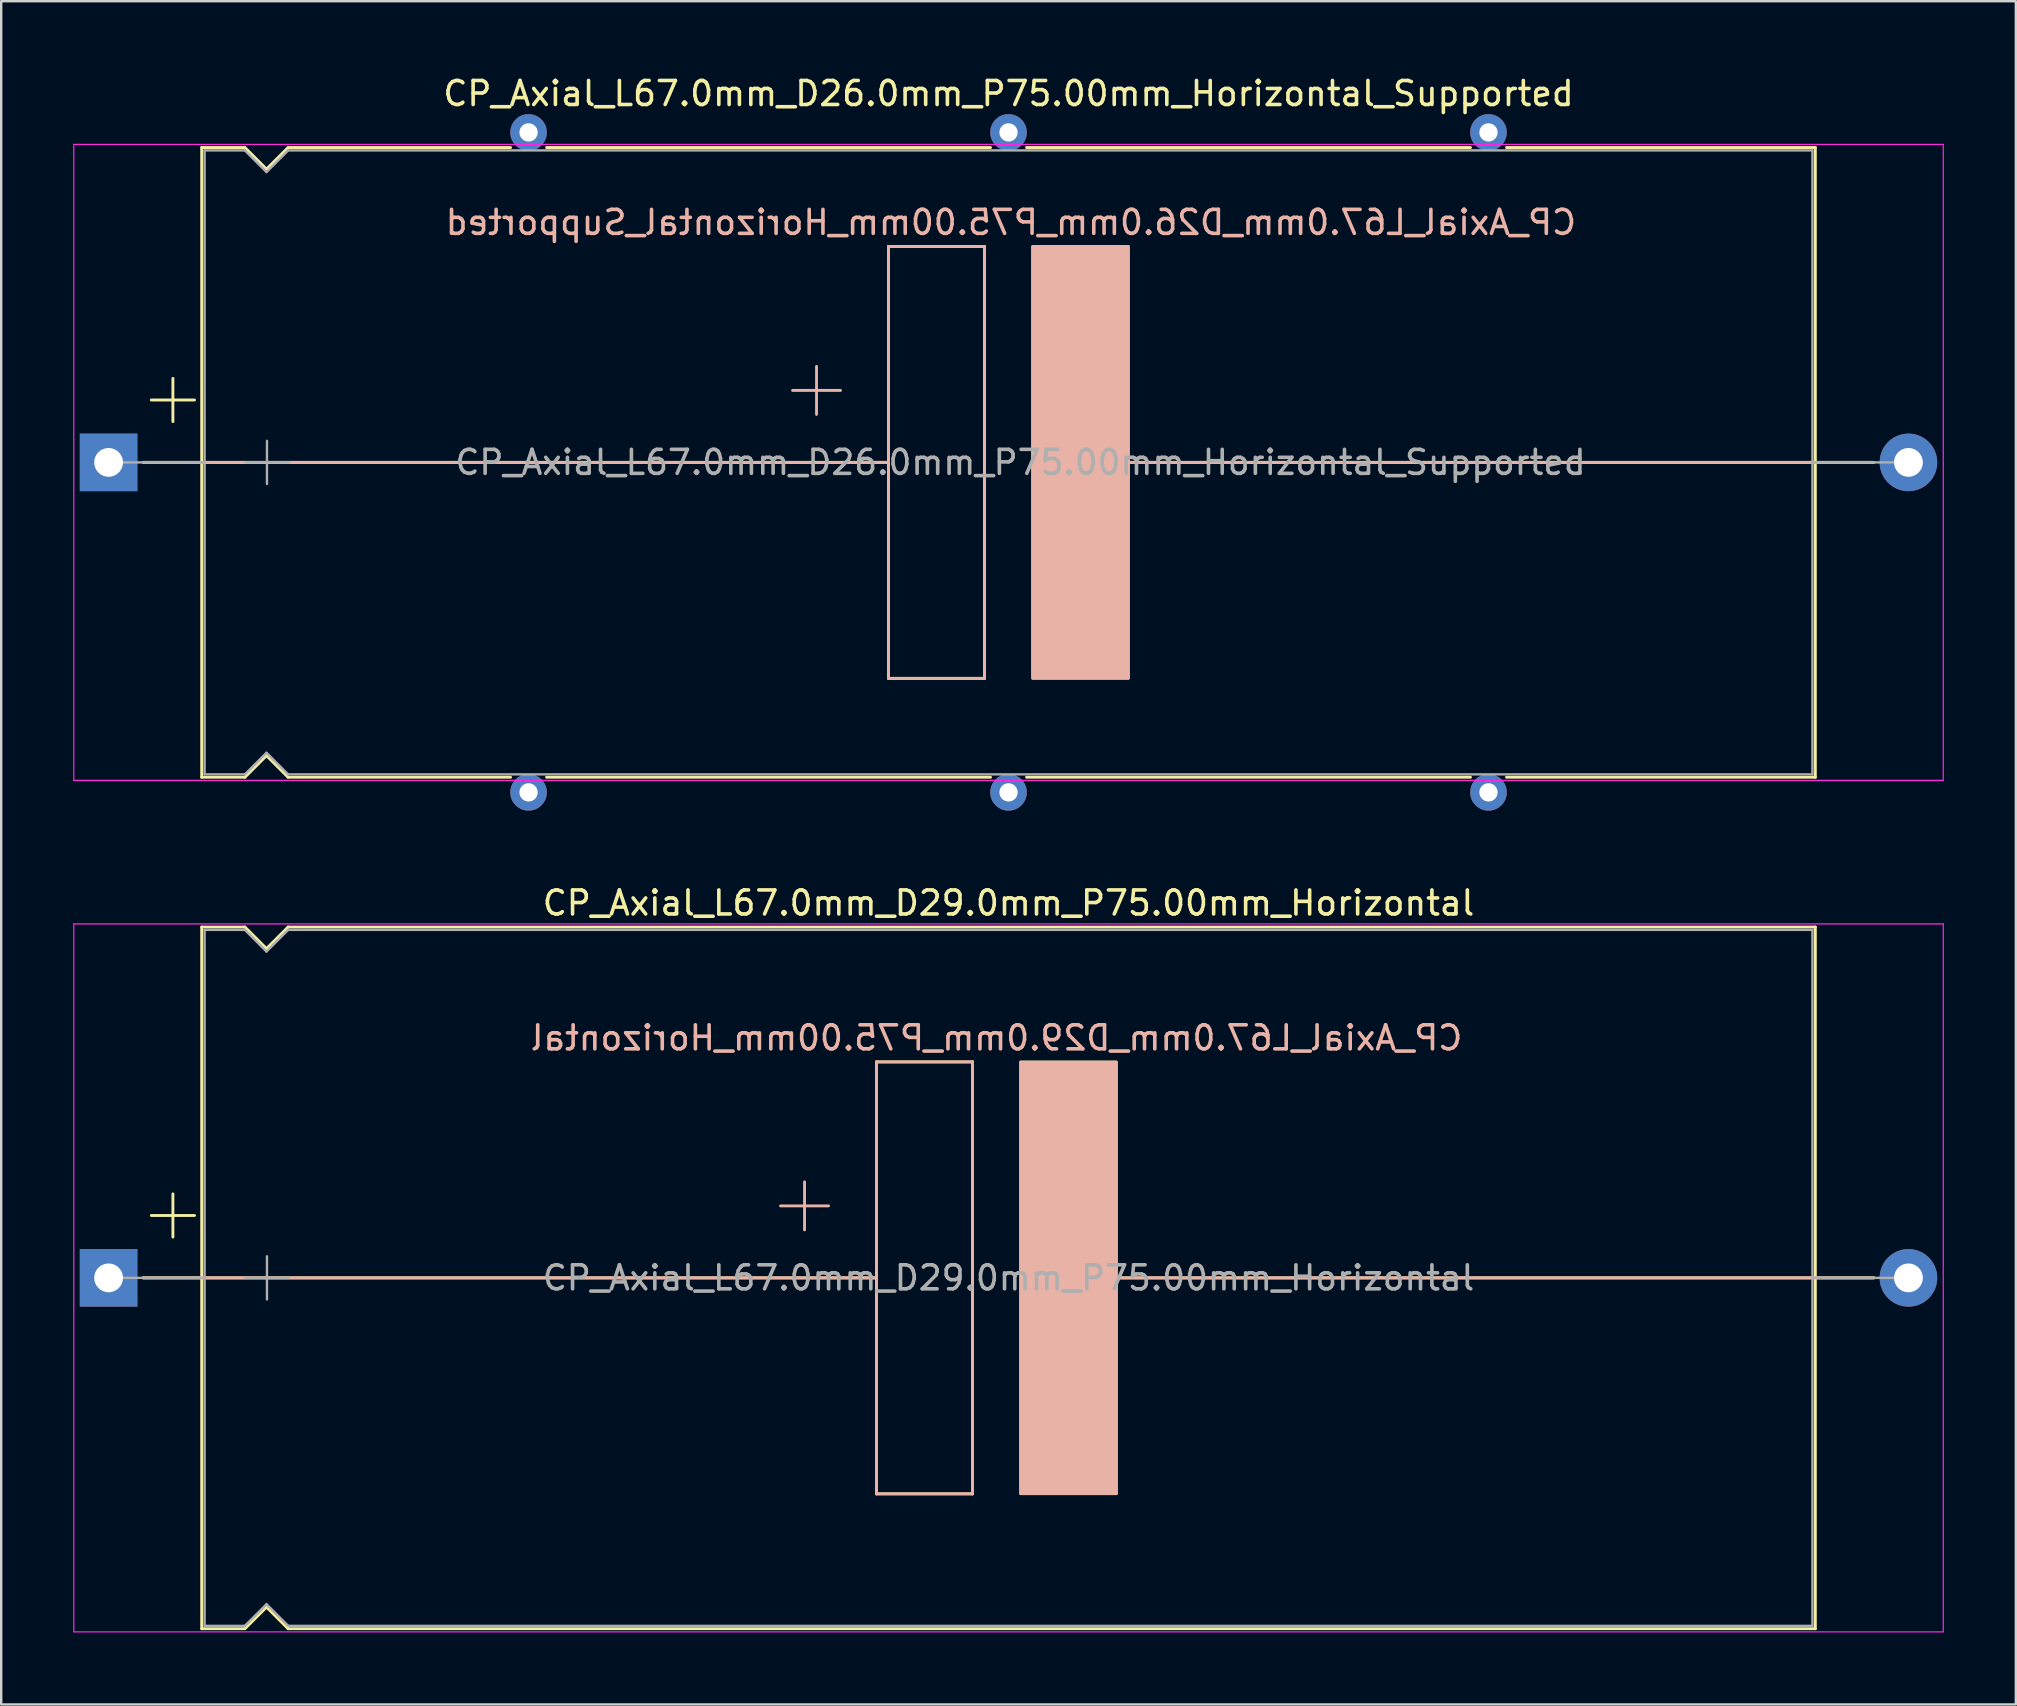
<source format=kicad_pcb>
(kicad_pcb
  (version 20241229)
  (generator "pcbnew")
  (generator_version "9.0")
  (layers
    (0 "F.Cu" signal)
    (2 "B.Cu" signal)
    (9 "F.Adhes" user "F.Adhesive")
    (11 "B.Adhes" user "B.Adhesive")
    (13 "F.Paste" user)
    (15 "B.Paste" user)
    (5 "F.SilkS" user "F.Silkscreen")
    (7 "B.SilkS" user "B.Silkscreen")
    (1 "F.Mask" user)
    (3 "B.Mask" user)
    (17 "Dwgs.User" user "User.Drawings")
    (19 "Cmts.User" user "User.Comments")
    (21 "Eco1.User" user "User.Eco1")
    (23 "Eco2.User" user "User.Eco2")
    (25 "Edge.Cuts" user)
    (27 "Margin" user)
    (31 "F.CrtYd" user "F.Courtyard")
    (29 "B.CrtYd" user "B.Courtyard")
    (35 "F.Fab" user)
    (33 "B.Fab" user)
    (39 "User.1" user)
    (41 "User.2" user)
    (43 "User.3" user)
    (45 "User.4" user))
  (footprint "CP_Axial_L67.0mm_D26.0mm_P75.00mm_Horizontal_Supported"
    (layer "F.Cu")
    (at 1.475 16.218)
    (property "Reference" "CP_Axial_L67.0mm_D26.0mm_P75.00mm_Horizontal_Supported" (at 37.5 -15.37 0) (layer "F.SilkS") (effects (font (size 1 1) (thickness 0.15))))
    (fp_line (start 1.44 0) (end 3.88 0) (stroke (width 0.12) (type solid)) (layer "F.SilkS"))
    (fp_line (start 1.78 -2.6) (end 3.58 -2.6) (stroke (width 0.12) (type solid)) (layer "F.SilkS"))
    (fp_line (start 2.68 -3.5) (end 2.68 -1.7) (stroke (width 0.12) (type solid)) (layer "F.SilkS"))
    (fp_line (start 3.873 0) (end 32.5 0) (stroke (width 0.12) (type solid)) (layer "F.SilkS"))
    (fp_line (start 3.88 -13.12) (end 3.88 13.12) (stroke (width 0.12) (type solid)) (layer "F.SilkS"))
    (fp_line (start 3.88 -13.12) (end 5.68 -13.12) (stroke (width 0.12) (type solid)) (layer "F.SilkS"))
    (fp_line (start 3.88 13.12) (end 5.68 13.12) (stroke (width 0.12) (type solid)) (layer "F.SilkS"))
    (fp_line (start 5.68 -13.12) (end 6.58 -12.22) (stroke (width 0.12) (type solid)) (layer "F.SilkS"))
    (fp_line (start 5.68 13.12) (end 6.58 12.22) (stroke (width 0.12) (type solid)) (layer "F.SilkS"))
    (fp_line (start 6.58 -12.22) (end 7.48 -13.12) (stroke (width 0.12) (type solid)) (layer "F.SilkS"))
    (fp_line (start 6.58 12.22) (end 7.48 13.12) (stroke (width 0.12) (type solid)) (layer "F.SilkS"))
    (fp_line (start 7.48 -13.12) (end 16.75 -13.12) (stroke (width 0.12) (type solid)) (layer "F.SilkS"))
    (fp_line (start 7.48 13.12) (end 16.75 13.12) (stroke (width 0.12) (type solid)) (layer "F.SilkS"))
    (fp_line (start 18.25 -13.12) (end 36.75 -13.12) (stroke (width 0.12) (type solid)) (layer "F.SilkS"))
    (fp_line (start 18.25 13.12) (end 36.75 13.12) (stroke (width 0.12) (type solid)) (layer "F.SilkS"))
    (fp_line (start 32.5 -9) (end 36.5 -9) (stroke (width 0.12) (type solid)) (layer "F.SilkS"))
    (fp_line (start 32.5 9) (end 32.5 -9) (stroke (width 0.12) (type solid)) (layer "F.SilkS"))
    (fp_line (start 36.5 -9) (end 36.5 9) (stroke (width 0.12) (type solid)) (layer "F.SilkS"))
    (fp_line (start 36.5 9) (end 32.5 9) (stroke (width 0.12) (type solid)) (layer "F.SilkS"))
    (fp_line (start 38.25 -13.12) (end 56.75 -13.12) (stroke (width 0.12) (type solid)) (layer "F.SilkS"))
    (fp_line (start 38.25 13.12) (end 56.75 13.12) (stroke (width 0.12) (type solid)) (layer "F.SilkS"))
    (fp_line (start 42 0) (end 71.12 0) (stroke (width 0.12) (type solid)) (layer "F.SilkS"))
    (fp_line (start 58.25 -13.12) (end 71.12 -13.12) (stroke (width 0.12) (type solid)) (layer "F.SilkS"))
    (fp_line (start 58.25 13.12) (end 71.12 13.12) (stroke (width 0.12) (type solid)) (layer "F.SilkS"))
    (fp_line (start 71.12 -13.12) (end 71.12 13.12) (stroke (width 0.12) (type solid)) (layer "F.SilkS"))
    (fp_line (start 73.56 0) (end 71.12 0) (stroke (width 0.12) (type solid)) (layer "F.SilkS"))
    (fp_poly (pts (xy 42.5 9) (xy 38.5 9) (xy 38.5 -9) (xy 42.5 -9)) (stroke (width 0.1) (type solid)) (fill yes) (layer "F.SilkS"))
    (fp_line (start 1.5 0) (end 4.38 0) (stroke (width 0.12) (type solid)) (layer "B.SilkS"))
    (fp_line (start 4.38 0) (end 32.5 0) (stroke (width 0.12) (type solid)) (layer "B.SilkS"))
    (fp_line (start 29.5 -2) (end 29.5 -4) (stroke (width 0.12) (type solid)) (layer "B.SilkS"))
    (fp_line (start 30.5 -3) (end 28.5 -3) (stroke (width 0.12) (type solid)) (layer "B.SilkS"))
    (fp_line (start 32.5 -9) (end 36.5 -9) (stroke (width 0.12) (type solid)) (layer "B.SilkS"))
    (fp_line (start 32.5 9) (end 32.5 -9) (stroke (width 0.12) (type solid)) (layer "B.SilkS"))
    (fp_line (start 36.5 -9) (end 36.5 9) (stroke (width 0.12) (type solid)) (layer "B.SilkS"))
    (fp_line (start 36.5 9) (end 32.5 9) (stroke (width 0.12) (type solid)) (layer "B.SilkS"))
    (fp_line (start 42.5 0) (end 71.62 0) (stroke (width 0.12) (type solid)) (layer "B.SilkS"))
    (fp_line (start 73.5 0) (end 71.62 0) (stroke (width 0.12) (type solid)) (layer "B.SilkS"))
    (fp_poly (pts (xy 42.5 9) (xy 38.5 9) (xy 38.5 -9) (xy 42.5 -9)) (stroke (width 0.1) (type solid)) (fill yes) (layer "B.SilkS"))
    (fp_line (start -1.45 -13.25) (end -1.45 13.25) (stroke (width 0.05) (type solid)) (layer "F.CrtYd"))
    (fp_line (start -1.45 13.25) (end 76.45 13.25) (stroke (width 0.05) (type solid)) (layer "F.CrtYd"))
    (fp_line (start 76.45 -13.25) (end -1.45 -13.25) (stroke (width 0.05) (type solid)) (layer "F.CrtYd"))
    (fp_line (start 76.45 13.25) (end 76.45 -13.25) (stroke (width 0.05) (type solid)) (layer "F.CrtYd"))
    (fp_line (start 0 0) (end 4 0) (stroke (width 0.1) (type solid)) (layer "F.Fab"))
    (fp_line (start 4 -13) (end 4 13) (stroke (width 0.1) (type solid)) (layer "F.Fab"))
    (fp_line (start 4 -13) (end 5.68 -13) (stroke (width 0.1) (type solid)) (layer "F.Fab"))
    (fp_line (start 4 13) (end 5.68 13) (stroke (width 0.1) (type solid)) (layer "F.Fab"))
    (fp_line (start 5.68 -13) (end 6.58 -12.1) (stroke (width 0.1) (type solid)) (layer "F.Fab"))
    (fp_line (start 5.68 13) (end 6.58 12.1) (stroke (width 0.1) (type solid)) (layer "F.Fab"))
    (fp_line (start 5.7 0) (end 7.5 0) (stroke (width 0.1) (type solid)) (layer "F.Fab"))
    (fp_line (start 6.58 -12.1) (end 7.48 -13) (stroke (width 0.1) (type solid)) (layer "F.Fab"))
    (fp_line (start 6.58 12.1) (end 7.48 13) (stroke (width 0.1) (type solid)) (layer "F.Fab"))
    (fp_line (start 6.6 -0.9) (end 6.6 0.9) (stroke (width 0.1) (type solid)) (layer "F.Fab"))
    (fp_line (start 7.48 -13) (end 71 -13) (stroke (width 0.1) (type solid)) (layer "F.Fab"))
    (fp_line (start 7.48 13) (end 71 13) (stroke (width 0.1) (type solid)) (layer "F.Fab"))
    (fp_line (start 71 -13) (end 71 13) (stroke (width 0.1) (type solid)) (layer "F.Fab"))
    (fp_line (start 75 0) (end 71 0) (stroke (width 0.1) (type solid)) (layer "F.Fab"))
    (fp_text user "${REFERENCE}" (at 37.6 -10 0) (layer "B.SilkS") (effects (font (size 1 1) (thickness 0.15)) (justify mirror)))
    (fp_text user "${REFERENCE}" (at 38 0 0) (layer "F.Fab") (effects (font (size 1 1) (thickness 0.15))))
    (pad "" thru_hole circle (at 17.5 -13.75) (size 1.524 1.524) (drill 0.762) (layers "*.Cu" "*.Mask"))
    (pad "" thru_hole circle (at 17.5 13.75) (size 1.524 1.524) (drill 0.762) (layers "*.Cu" "*.Mask"))
    (pad "" thru_hole circle (at 37.5 -13.75) (size 1.524 1.524) (drill 0.762) (layers "*.Cu" "*.Mask"))
    (pad "" thru_hole circle (at 37.5 13.75) (size 1.524 1.524) (drill 0.762) (layers "*.Cu" "*.Mask"))
    (pad "" thru_hole circle (at 57.5 -13.75) (size 1.524 1.524) (drill 0.762) (layers "*.Cu" "*.Mask"))
    (pad "" thru_hole circle (at 57.5 13.75) (size 1.524 1.524) (drill 0.762) (layers "*.Cu" "*.Mask"))
    (pad "1" thru_hole rect (at 0 0) (size 2.4 2.4) (drill 1.2) (layers "*.Cu" "*.Mask"))
    (pad "2" thru_hole oval (at 75 0) (size 2.4 2.4) (drill 1.2) (layers "*.Cu" "*.Mask")))
  (footprint "CP_Axial_L67.0mm_D29.0mm_P75.00mm_Horizontal"
    (layer "F.Cu")
    (at 1.475 50.199)
    (property "Reference" "CP_Axial_L67.0mm_D29.0mm_P75.00mm_Horizontal" (at 37.5 -15.62 0) (layer "F.SilkS") (effects (font (size 1 1) (thickness 0.15))))
    (fp_line (start 1.44 0) (end 3.88 0) (stroke (width 0.12) (type solid)) (layer "F.SilkS"))
    (fp_line (start 1.78 -2.6) (end 3.58 -2.6) (stroke (width 0.12) (type solid)) (layer "F.SilkS"))
    (fp_line (start 2.68 -3.5) (end 2.68 -1.7) (stroke (width 0.12) (type solid)) (layer "F.SilkS"))
    (fp_line (start 3.873 0) (end 32 0) (stroke (width 0.12) (type solid)) (layer "F.SilkS"))
    (fp_line (start 3.88 -14.62) (end 3.88 14.62) (stroke (width 0.12) (type solid)) (layer "F.SilkS"))
    (fp_line (start 3.88 -14.62) (end 5.68 -14.62) (stroke (width 0.12) (type solid)) (layer "F.SilkS"))
    (fp_line (start 3.88 14.62) (end 5.68 14.62) (stroke (width 0.12) (type solid)) (layer "F.SilkS"))
    (fp_line (start 5.68 -14.62) (end 6.58 -13.72) (stroke (width 0.12) (type solid)) (layer "F.SilkS"))
    (fp_line (start 5.68 14.62) (end 6.58 13.72) (stroke (width 0.12) (type solid)) (layer "F.SilkS"))
    (fp_line (start 6.58 -13.72) (end 7.48 -14.62) (stroke (width 0.12) (type solid)) (layer "F.SilkS"))
    (fp_line (start 6.58 13.72) (end 7.48 14.62) (stroke (width 0.12) (type solid)) (layer "F.SilkS"))
    (fp_line (start 7.48 -14.62) (end 71.12 -14.62) (stroke (width 0.12) (type solid)) (layer "F.SilkS"))
    (fp_line (start 7.48 14.62) (end 71.12 14.62) (stroke (width 0.12) (type solid)) (layer "F.SilkS"))
    (fp_line (start 32 -9) (end 36 -9) (stroke (width 0.12) (type solid)) (layer "F.SilkS"))
    (fp_line (start 32 9) (end 32 -9) (stroke (width 0.12) (type solid)) (layer "F.SilkS"))
    (fp_line (start 36 -9) (end 36 9) (stroke (width 0.12) (type solid)) (layer "F.SilkS"))
    (fp_line (start 36 9) (end 32 9) (stroke (width 0.12) (type solid)) (layer "F.SilkS"))
    (fp_line (start 42 0) (end 71.12 0) (stroke (width 0.12) (type solid)) (layer "F.SilkS"))
    (fp_line (start 71.12 -14.62) (end 71.12 14.62) (stroke (width 0.12) (type solid)) (layer "F.SilkS"))
    (fp_line (start 73.56 0) (end 71.12 0) (stroke (width 0.12) (type solid)) (layer "F.SilkS"))
    (fp_poly (pts (xy 42 9) (xy 38 9) (xy 38 -9) (xy 42 -9)) (stroke (width 0.1) (type solid)) (fill yes) (layer "F.SilkS"))
    (fp_line (start 1.44 0) (end 3.88 0) (stroke (width 0.12) (type solid)) (layer "B.SilkS"))
    (fp_line (start 3.88 0) (end 32 0) (stroke (width 0.12) (type solid)) (layer "B.SilkS"))
    (fp_line (start 29 -2) (end 29 -4) (stroke (width 0.12) (type solid)) (layer "B.SilkS"))
    (fp_line (start 30 -3) (end 28 -3) (stroke (width 0.12) (type solid)) (layer "B.SilkS"))
    (fp_line (start 32 -9) (end 36 -9) (stroke (width 0.12) (type solid)) (layer "B.SilkS"))
    (fp_line (start 32 9) (end 32 -9) (stroke (width 0.12) (type solid)) (layer "B.SilkS"))
    (fp_line (start 36 -9) (end 36 9) (stroke (width 0.12) (type solid)) (layer "B.SilkS"))
    (fp_line (start 36 9) (end 32 9) (stroke (width 0.12) (type solid)) (layer "B.SilkS"))
    (fp_line (start 42 0) (end 71.12 0) (stroke (width 0.12) (type solid)) (layer "B.SilkS"))
    (fp_line (start 73.56 0) (end 71.12 0) (stroke (width 0.12) (type solid)) (layer "B.SilkS"))
    (fp_poly (pts (xy 42 9) (xy 38 9) (xy 38 -9) (xy 42 -9)) (stroke (width 0.1) (type solid)) (fill yes) (layer "B.SilkS"))
    (fp_line (start -1.45 -14.75) (end -1.45 14.75) (stroke (width 0.05) (type solid)) (layer "F.CrtYd"))
    (fp_line (start -1.45 14.75) (end 76.45 14.75) (stroke (width 0.05) (type solid)) (layer "F.CrtYd"))
    (fp_line (start 76.45 -14.75) (end -1.45 -14.75) (stroke (width 0.05) (type solid)) (layer "F.CrtYd"))
    (fp_line (start 76.45 14.75) (end 76.45 -14.75) (stroke (width 0.05) (type solid)) (layer "F.CrtYd"))
    (fp_line (start 0 0) (end 4 0) (stroke (width 0.1) (type solid)) (layer "F.Fab"))
    (fp_line (start 4 -14.5) (end 4 14.5) (stroke (width 0.1) (type solid)) (layer "F.Fab"))
    (fp_line (start 4 -14.5) (end 5.68 -14.5) (stroke (width 0.1) (type solid)) (layer "F.Fab"))
    (fp_line (start 4 14.5) (end 5.68 14.5) (stroke (width 0.1) (type solid)) (layer "F.Fab"))
    (fp_line (start 5.68 -14.5) (end 6.58 -13.6) (stroke (width 0.1) (type solid)) (layer "F.Fab"))
    (fp_line (start 5.68 14.5) (end 6.58 13.6) (stroke (width 0.1) (type solid)) (layer "F.Fab"))
    (fp_line (start 5.7 0) (end 7.5 0) (stroke (width 0.1) (type solid)) (layer "F.Fab"))
    (fp_line (start 6.58 -13.6) (end 7.48 -14.5) (stroke (width 0.1) (type solid)) (layer "F.Fab"))
    (fp_line (start 6.58 13.6) (end 7.48 14.5) (stroke (width 0.1) (type solid)) (layer "F.Fab"))
    (fp_line (start 6.6 -0.9) (end 6.6 0.9) (stroke (width 0.1) (type solid)) (layer "F.Fab"))
    (fp_line (start 7.48 -14.5) (end 71 -14.5) (stroke (width 0.1) (type solid)) (layer "F.Fab"))
    (fp_line (start 7.48 14.5) (end 71 14.5) (stroke (width 0.1) (type solid)) (layer "F.Fab"))
    (fp_line (start 71 -14.5) (end 71 14.5) (stroke (width 0.1) (type solid)) (layer "F.Fab"))
    (fp_line (start 75 0) (end 71 0) (stroke (width 0.1) (type solid)) (layer "F.Fab"))
    (fp_text user "${REFERENCE}" (at 37 -10 0) (layer "B.SilkS") (effects (font (size 1 1) (thickness 0.15)) (justify mirror)))
    (fp_text user "${REFERENCE}" (at 37.5 0 0) (layer "F.Fab") (effects (font (size 1 1) (thickness 0.15))))
    (pad "1" thru_hole rect (at 0 0) (size 2.4 2.4) (drill 1.2) (layers "*.Cu" "*.Mask"))
    (pad "2" thru_hole oval (at 75 0) (size 2.4 2.4) (drill 1.2) (layers "*.Cu" "*.Mask")))
  (gr_rect
    (start -3 -3)
    (end 80.95 67.974)
    (stroke (width 0.1) (type default))
    (fill no)
    (layer "Edge.Cuts")))
</source>
